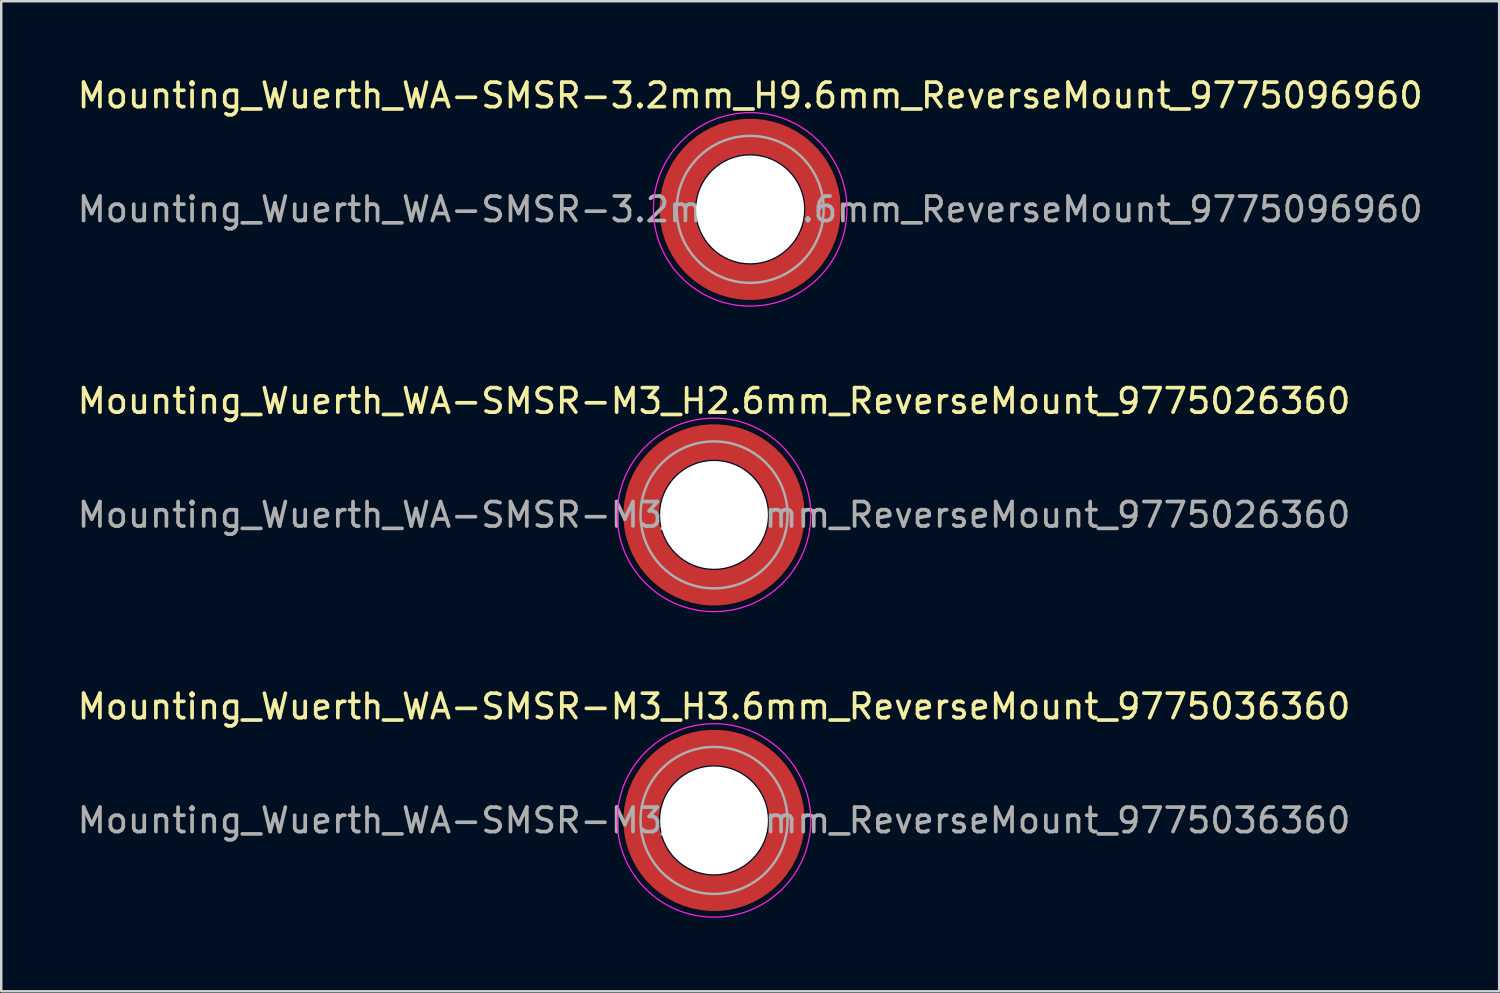
<source format=kicad_pcb>
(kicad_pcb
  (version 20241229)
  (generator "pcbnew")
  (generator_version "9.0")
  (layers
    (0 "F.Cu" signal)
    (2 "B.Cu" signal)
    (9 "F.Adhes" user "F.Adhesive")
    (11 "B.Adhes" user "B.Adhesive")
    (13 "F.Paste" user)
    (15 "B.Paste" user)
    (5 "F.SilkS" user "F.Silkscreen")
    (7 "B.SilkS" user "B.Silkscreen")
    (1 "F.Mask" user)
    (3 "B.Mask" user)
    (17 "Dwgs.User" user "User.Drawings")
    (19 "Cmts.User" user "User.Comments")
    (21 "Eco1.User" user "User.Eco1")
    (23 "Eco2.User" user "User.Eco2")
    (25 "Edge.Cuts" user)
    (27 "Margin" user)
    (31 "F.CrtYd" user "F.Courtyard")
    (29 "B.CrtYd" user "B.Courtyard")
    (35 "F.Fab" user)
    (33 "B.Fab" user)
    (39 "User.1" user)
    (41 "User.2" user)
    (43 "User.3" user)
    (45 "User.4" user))
  (footprint "Mounting_Wuerth_WA-SMSR-M3_H3.6mm_ReverseMount_9775036360"
    (layer "F.Cu")
    (at 26.101 30.445)
    (property "Reference" "Mounting_Wuerth_WA-SMSR-M3_H3.6mm_ReverseMount_9775036360" (at 0 -4.65 0) (layer "F.SilkS") (effects (font (size 1 1) (thickness 0.15))))
    (attr smd allow_soldermask_bridges)
    (fp_circle (center 0 0) (end 3.95 0) (stroke (width 0.05) (type solid)) (fill no) (layer "F.CrtYd"))
    (fp_circle (center 0 0) (end 3 0) (stroke (width 0.1) (type solid)) (fill no) (layer "F.Fab"))
    (fp_text user "${REFERENCE}" (at 0 0 0) (layer "F.Fab") (effects (font (size 1 1) (thickness 0.15))))
    (pad "" smd custom (at -2.095 -2.095) (size 0.672 0.672) (layers "F.Paste") (options (anchor circle)) (primitives (gr_arc (start -0.24231 1.594804) (mid 0.404819 0.404819) (end 1.594804 -0.24231) (width 0.2)) (gr_arc (start -0.3398 1.594804) (mid 0.337349 0.337349) (end 1.594804 -0.3398) (width 0.2)) (gr_arc (start -0.437132 1.594804) (mid 0.269879 0.269879) (end 1.594804 -0.437132) (width 0.2)) (gr_arc (start -0.534324 1.594804) (mid 0.202409 0.202409) (end 1.594804 -0.534324) (width 0.2)) (gr_arc (start -0.631391 1.594804) (mid 0.13494 0.13494) (end 1.594804 -0.631391) (width 0.2)) (gr_arc (start -0.728345 1.594804) (mid 0.06747 0.06747) (end 1.594804 -0.728345) (width 0.2)) (gr_arc (start -0.825197 1.594804) (mid 0 0) (end 1.594804 -0.825197) (width 0.2)) (gr_arc (start -0.921958 1.594804) (mid -0.06747 -0.06747) (end 1.594804 -0.921958) (width 0.2)) (gr_arc (start -1.018637 1.594804) (mid -0.13494 -0.13494) (end 1.594804 -1.018637) (width 0.2)) (gr_arc (start -1.115239 1.594804) (mid -0.202409 -0.202409) (end 1.594804 -1.115239) (width 0.2)) (gr_arc (start -1.211773 1.594804) (mid -0.269879 -0.269879) (end 1.594804 -1.211773) (width 0.2)) (gr_arc (start -1.308244 1.594804) (mid -0.337349 -0.337349) (end 1.594804 -1.308244) (width 0.2)) (gr_arc (start -1.404657 1.594804) (mid -0.404819 -0.404819) (end 1.594804 -1.404657) (width 0.2)) (gr_arc (start -1.404657 1.594804) (mid -0.404819 -0.404819) (end 1.594804 -1.404657) (width 0.2)) (gr_line (start 1.595 -0.242) (end 1.595 -1.405) (width 0.2)) (gr_line (start -0.242 1.595) (end -1.405 1.595) (width 0.2))))
    (pad "" smd custom (at -2.095 2.095) (size 0.672 0.672) (layers "F.Paste") (options (anchor circle)) (primitives (gr_arc (start 1.594804 0.24231) (mid 0.404819 -0.404819) (end -0.24231 -1.594804) (width 0.2)) (gr_arc (start 1.594804 0.3398) (mid 0.337349 -0.337349) (end -0.3398 -1.594804) (width 0.2)) (gr_arc (start 1.594804 0.437132) (mid 0.269879 -0.269879) (end -0.437132 -1.594804) (width 0.2)) (gr_arc (start 1.594804 0.534324) (mid 0.202409 -0.202409) (end -0.534324 -1.594804) (width 0.2)) (gr_arc (start 1.594804 0.631391) (mid 0.13494 -0.13494) (end -0.631391 -1.594804) (width 0.2)) (gr_arc (start 1.594804 0.728345) (mid 0.06747 -0.06747) (end -0.728345 -1.594804) (width 0.2)) (gr_arc (start 1.594804 0.825197) (mid 0 0) (end -0.825197 -1.594804) (width 0.2)) (gr_arc (start 1.594804 0.921958) (mid -0.06747 0.06747) (end -0.921958 -1.594804) (width 0.2)) (gr_arc (start 1.594804 1.018637) (mid -0.13494 0.13494) (end -1.018637 -1.594804) (width 0.2)) (gr_arc (start 1.594804 1.115239) (mid -0.202409 0.202409) (end -1.115239 -1.594804) (width 0.2)) (gr_arc (start 1.594804 1.211773) (mid -0.269879 0.269879) (end -1.211773 -1.594804) (width 0.2)) (gr_arc (start 1.594804 1.308244) (mid -0.337349 0.337349) (end -1.308244 -1.594804) (width 0.2)) (gr_arc (start 1.594804 1.404657) (mid -0.404819 0.404819) (end -1.404657 -1.594804) (width 0.2)) (gr_arc (start 1.594804 1.404657) (mid -0.404819 0.404819) (end -1.404657 -1.594804) (width 0.2)) (gr_line (start -0.242 -1.595) (end -1.405 -1.595) (width 0.2)) (gr_line (start 1.595 0.242) (end 1.595 1.405) (width 0.2))))
    (pad "" np_thru_hole circle (at 0 0) (size 4.4 4.4) (drill 4.4) (layers "*.Cu" "*.Mask"))
    (pad "" smd custom (at 2.095 -2.095) (size 0.672 0.672) (layers "F.Paste") (options (anchor circle)) (primitives (gr_arc (start -1.594804 -0.24231) (mid -0.404819 0.404819) (end 0.24231 1.594804) (width 0.2)) (gr_arc (start -1.594804 -0.3398) (mid -0.337349 0.337349) (end 0.3398 1.594804) (width 0.2)) (gr_arc (start -1.594804 -0.437132) (mid -0.269879 0.269879) (end 0.437132 1.594804) (width 0.2)) (gr_arc (start -1.594804 -0.534324) (mid -0.202409 0.202409) (end 0.534324 1.594804) (width 0.2)) (gr_arc (start -1.594804 -0.631391) (mid -0.13494 0.13494) (end 0.631391 1.594804) (width 0.2)) (gr_arc (start -1.594804 -0.728345) (mid -0.06747 0.06747) (end 0.728345 1.594804) (width 0.2)) (gr_arc (start -1.594804 -0.825197) (mid 0 0) (end 0.825197 1.594804) (width 0.2)) (gr_arc (start -1.594804 -0.921958) (mid 0.06747 -0.06747) (end 0.921958 1.594804) (width 0.2)) (gr_arc (start -1.594804 -1.018637) (mid 0.13494 -0.13494) (end 1.018637 1.594804) (width 0.2)) (gr_arc (start -1.594804 -1.115239) (mid 0.202409 -0.202409) (end 1.115239 1.594804) (width 0.2)) (gr_arc (start -1.594804 -1.211773) (mid 0.269879 -0.269879) (end 1.211773 1.594804) (width 0.2)) (gr_arc (start -1.594804 -1.308244) (mid 0.337349 -0.337349) (end 1.308244 1.594804) (width 0.2)) (gr_arc (start -1.594804 -1.404657) (mid 0.404819 -0.404819) (end 1.404657 1.594804) (width 0.2)) (gr_arc (start -1.594804 -1.404657) (mid 0.404819 -0.404819) (end 1.404657 1.594804) (width 0.2)) (gr_line (start 0.242 1.595) (end 1.405 1.595) (width 0.2)) (gr_line (start -1.595 -0.242) (end -1.595 -1.405) (width 0.2))))
    (pad "" smd custom (at 2.095 2.095) (size 0.672 0.672) (layers "F.Paste") (options (anchor circle)) (primitives (gr_arc (start 0.24231 -1.594804) (mid -0.404819 -0.404819) (end -1.594804 0.24231) (width 0.2)) (gr_arc (start 0.3398 -1.594804) (mid -0.337349 -0.337349) (end -1.594804 0.3398) (width 0.2)) (gr_arc (start 0.437132 -1.594804) (mid -0.269879 -0.269879) (end -1.594804 0.437132) (width 0.2)) (gr_arc (start 0.534324 -1.594804) (mid -0.202409 -0.202409) (end -1.594804 0.534324) (width 0.2)) (gr_arc (start 0.631391 -1.594804) (mid -0.13494 -0.13494) (end -1.594804 0.631391) (width 0.2)) (gr_arc (start 0.728345 -1.594804) (mid -0.06747 -0.06747) (end -1.594804 0.728345) (width 0.2)) (gr_arc (start 0.825197 -1.594804) (mid 0 0) (end -1.594804 0.825197) (width 0.2)) (gr_arc (start 0.921958 -1.594804) (mid 0.06747 0.06747) (end -1.594804 0.921958) (width 0.2)) (gr_arc (start 1.018637 -1.594804) (mid 0.13494 0.13494) (end -1.594804 1.018637) (width 0.2)) (gr_arc (start 1.115239 -1.594804) (mid 0.202409 0.202409) (end -1.594804 1.115239) (width 0.2)) (gr_arc (start 1.211773 -1.594804) (mid 0.269879 0.269879) (end -1.594804 1.211773) (width 0.2)) (gr_arc (start 1.308244 -1.594804) (mid 0.337349 0.337349) (end -1.594804 1.308244) (width 0.2)) (gr_arc (start 1.404657 -1.594804) (mid 0.404819 0.404819) (end -1.594804 1.404657) (width 0.2)) (gr_arc (start 1.404657 -1.594804) (mid 0.404819 0.404819) (end -1.594804 1.404657) (width 0.2)) (gr_line (start -1.595 0.242) (end -1.595 1.405) (width 0.2)) (gr_line (start 0.242 -1.595) (end 1.405 -1.595) (width 0.2))))
    (pad "1" smd circle (at -2.975 0) (size 0.942 0.942) (layers "F.Cu"))
    (pad "1" smd circle (at 0 -2.975) (size 0.942 0.942) (layers "F.Cu"))
    (pad "1" smd circle (at 0 2.975) (size 0.942 0.942) (layers "F.Cu"))
    (pad "1" smd custom (at 2.975 0) (size 1.45 1.45) (layers "F.Cu" "F.Mask") (options (anchor circle)) (primitives (gr_circle (center -2.975 0) (end 0 0) (width 1.45) (fill no)))))
  (footprint "Mounting_Wuerth_WA-SMSR-3.2mm_H9.6mm_ReverseMount_9775096960"
    (layer "F.Cu")
    (at 27.577 5.498)
    (property "Reference" "Mounting_Wuerth_WA-SMSR-3.2mm_H9.6mm_ReverseMount_9775096960" (at 0 -4.65 0) (layer "F.SilkS") (effects (font (size 1 1) (thickness 0.15))))
    (attr smd allow_soldermask_bridges)
    (fp_circle (center 0 0) (end 3.95 0) (stroke (width 0.05) (type solid)) (fill no) (layer "F.CrtYd"))
    (fp_circle (center 0 0) (end 3 0) (stroke (width 0.1) (type solid)) (fill no) (layer "F.Fab"))
    (fp_text user "${REFERENCE}" (at 0 0 0) (layer "F.Fab") (effects (font (size 1 1) (thickness 0.15))))
    (pad "" smd custom (at -2.095 -2.095) (size 0.672 0.672) (layers "F.Paste") (options (anchor circle)) (primitives (gr_arc (start -0.24231 1.594804) (mid 0.404819 0.404819) (end 1.594804 -0.24231) (width 0.2)) (gr_arc (start -0.3398 1.594804) (mid 0.337349 0.337349) (end 1.594804 -0.3398) (width 0.2)) (gr_arc (start -0.437132 1.594804) (mid 0.269879 0.269879) (end 1.594804 -0.437132) (width 0.2)) (gr_arc (start -0.534324 1.594804) (mid 0.202409 0.202409) (end 1.594804 -0.534324) (width 0.2)) (gr_arc (start -0.631391 1.594804) (mid 0.13494 0.13494) (end 1.594804 -0.631391) (width 0.2)) (gr_arc (start -0.728345 1.594804) (mid 0.06747 0.06747) (end 1.594804 -0.728345) (width 0.2)) (gr_arc (start -0.825197 1.594804) (mid 0 0) (end 1.594804 -0.825197) (width 0.2)) (gr_arc (start -0.921958 1.594804) (mid -0.06747 -0.06747) (end 1.594804 -0.921958) (width 0.2)) (gr_arc (start -1.018637 1.594804) (mid -0.13494 -0.13494) (end 1.594804 -1.018637) (width 0.2)) (gr_arc (start -1.115239 1.594804) (mid -0.202409 -0.202409) (end 1.594804 -1.115239) (width 0.2)) (gr_arc (start -1.211773 1.594804) (mid -0.269879 -0.269879) (end 1.594804 -1.211773) (width 0.2)) (gr_arc (start -1.308244 1.594804) (mid -0.337349 -0.337349) (end 1.594804 -1.308244) (width 0.2)) (gr_arc (start -1.404657 1.594804) (mid -0.404819 -0.404819) (end 1.594804 -1.404657) (width 0.2)) (gr_arc (start -1.404657 1.594804) (mid -0.404819 -0.404819) (end 1.594804 -1.404657) (width 0.2)) (gr_line (start 1.595 -0.242) (end 1.595 -1.405) (width 0.2)) (gr_line (start -0.242 1.595) (end -1.405 1.595) (width 0.2))))
    (pad "" smd custom (at -2.095 2.095) (size 0.672 0.672) (layers "F.Paste") (options (anchor circle)) (primitives (gr_arc (start 1.594804 0.24231) (mid 0.404819 -0.404819) (end -0.24231 -1.594804) (width 0.2)) (gr_arc (start 1.594804 0.3398) (mid 0.337349 -0.337349) (end -0.3398 -1.594804) (width 0.2)) (gr_arc (start 1.594804 0.437132) (mid 0.269879 -0.269879) (end -0.437132 -1.594804) (width 0.2)) (gr_arc (start 1.594804 0.534324) (mid 0.202409 -0.202409) (end -0.534324 -1.594804) (width 0.2)) (gr_arc (start 1.594804 0.631391) (mid 0.13494 -0.13494) (end -0.631391 -1.594804) (width 0.2)) (gr_arc (start 1.594804 0.728345) (mid 0.06747 -0.06747) (end -0.728345 -1.594804) (width 0.2)) (gr_arc (start 1.594804 0.825197) (mid 0 0) (end -0.825197 -1.594804) (width 0.2)) (gr_arc (start 1.594804 0.921958) (mid -0.06747 0.06747) (end -0.921958 -1.594804) (width 0.2)) (gr_arc (start 1.594804 1.018637) (mid -0.13494 0.13494) (end -1.018637 -1.594804) (width 0.2)) (gr_arc (start 1.594804 1.115239) (mid -0.202409 0.202409) (end -1.115239 -1.594804) (width 0.2)) (gr_arc (start 1.594804 1.211773) (mid -0.269879 0.269879) (end -1.211773 -1.594804) (width 0.2)) (gr_arc (start 1.594804 1.308244) (mid -0.337349 0.337349) (end -1.308244 -1.594804) (width 0.2)) (gr_arc (start 1.594804 1.404657) (mid -0.404819 0.404819) (end -1.404657 -1.594804) (width 0.2)) (gr_arc (start 1.594804 1.404657) (mid -0.404819 0.404819) (end -1.404657 -1.594804) (width 0.2)) (gr_line (start -0.242 -1.595) (end -1.405 -1.595) (width 0.2)) (gr_line (start 1.595 0.242) (end 1.595 1.405) (width 0.2))))
    (pad "" np_thru_hole circle (at 0 0) (size 4.4 4.4) (drill 4.4) (layers "*.Cu" "*.Mask"))
    (pad "" smd custom (at 2.095 -2.095) (size 0.672 0.672) (layers "F.Paste") (options (anchor circle)) (primitives (gr_arc (start -1.594804 -0.24231) (mid -0.404819 0.404819) (end 0.24231 1.594804) (width 0.2)) (gr_arc (start -1.594804 -0.3398) (mid -0.337349 0.337349) (end 0.3398 1.594804) (width 0.2)) (gr_arc (start -1.594804 -0.437132) (mid -0.269879 0.269879) (end 0.437132 1.594804) (width 0.2)) (gr_arc (start -1.594804 -0.534324) (mid -0.202409 0.202409) (end 0.534324 1.594804) (width 0.2)) (gr_arc (start -1.594804 -0.631391) (mid -0.13494 0.13494) (end 0.631391 1.594804) (width 0.2)) (gr_arc (start -1.594804 -0.728345) (mid -0.06747 0.06747) (end 0.728345 1.594804) (width 0.2)) (gr_arc (start -1.594804 -0.825197) (mid 0 0) (end 0.825197 1.594804) (width 0.2)) (gr_arc (start -1.594804 -0.921958) (mid 0.06747 -0.06747) (end 0.921958 1.594804) (width 0.2)) (gr_arc (start -1.594804 -1.018637) (mid 0.13494 -0.13494) (end 1.018637 1.594804) (width 0.2)) (gr_arc (start -1.594804 -1.115239) (mid 0.202409 -0.202409) (end 1.115239 1.594804) (width 0.2)) (gr_arc (start -1.594804 -1.211773) (mid 0.269879 -0.269879) (end 1.211773 1.594804) (width 0.2)) (gr_arc (start -1.594804 -1.308244) (mid 0.337349 -0.337349) (end 1.308244 1.594804) (width 0.2)) (gr_arc (start -1.594804 -1.404657) (mid 0.404819 -0.404819) (end 1.404657 1.594804) (width 0.2)) (gr_arc (start -1.594804 -1.404657) (mid 0.404819 -0.404819) (end 1.404657 1.594804) (width 0.2)) (gr_line (start 0.242 1.595) (end 1.405 1.595) (width 0.2)) (gr_line (start -1.595 -0.242) (end -1.595 -1.405) (width 0.2))))
    (pad "" smd custom (at 2.095 2.095) (size 0.672 0.672) (layers "F.Paste") (options (anchor circle)) (primitives (gr_arc (start 0.24231 -1.594804) (mid -0.404819 -0.404819) (end -1.594804 0.24231) (width 0.2)) (gr_arc (start 0.3398 -1.594804) (mid -0.337349 -0.337349) (end -1.594804 0.3398) (width 0.2)) (gr_arc (start 0.437132 -1.594804) (mid -0.269879 -0.269879) (end -1.594804 0.437132) (width 0.2)) (gr_arc (start 0.534324 -1.594804) (mid -0.202409 -0.202409) (end -1.594804 0.534324) (width 0.2)) (gr_arc (start 0.631391 -1.594804) (mid -0.13494 -0.13494) (end -1.594804 0.631391) (width 0.2)) (gr_arc (start 0.728345 -1.594804) (mid -0.06747 -0.06747) (end -1.594804 0.728345) (width 0.2)) (gr_arc (start 0.825197 -1.594804) (mid 0 0) (end -1.594804 0.825197) (width 0.2)) (gr_arc (start 0.921958 -1.594804) (mid 0.06747 0.06747) (end -1.594804 0.921958) (width 0.2)) (gr_arc (start 1.018637 -1.594804) (mid 0.13494 0.13494) (end -1.594804 1.018637) (width 0.2)) (gr_arc (start 1.115239 -1.594804) (mid 0.202409 0.202409) (end -1.594804 1.115239) (width 0.2)) (gr_arc (start 1.211773 -1.594804) (mid 0.269879 0.269879) (end -1.594804 1.211773) (width 0.2)) (gr_arc (start 1.308244 -1.594804) (mid 0.337349 0.337349) (end -1.594804 1.308244) (width 0.2)) (gr_arc (start 1.404657 -1.594804) (mid 0.404819 0.404819) (end -1.594804 1.404657) (width 0.2)) (gr_arc (start 1.404657 -1.594804) (mid 0.404819 0.404819) (end -1.594804 1.404657) (width 0.2)) (gr_line (start -1.595 0.242) (end -1.595 1.405) (width 0.2)) (gr_line (start 0.242 -1.595) (end 1.405 -1.595) (width 0.2))))
    (pad "1" smd circle (at -2.975 0) (size 0.942 0.942) (layers "F.Cu"))
    (pad "1" smd circle (at 0 -2.975) (size 0.942 0.942) (layers "F.Cu"))
    (pad "1" smd circle (at 0 2.975) (size 0.942 0.942) (layers "F.Cu"))
    (pad "1" smd custom (at 2.975 0) (size 1.45 1.45) (layers "F.Cu" "F.Mask") (options (anchor circle)) (primitives (gr_circle (center -2.975 0) (end 0 0) (width 1.45) (fill no)))))
  (footprint "Mounting_Wuerth_WA-SMSR-M3_H2.6mm_ReverseMount_9775026360"
    (layer "F.Cu")
    (at 26.101 17.971)
    (property "Reference" "Mounting_Wuerth_WA-SMSR-M3_H2.6mm_ReverseMount_9775026360" (at 0 -4.65 0) (layer "F.SilkS") (effects (font (size 1 1) (thickness 0.15))))
    (attr smd allow_soldermask_bridges)
    (fp_circle (center 0 0) (end 3.95 0) (stroke (width 0.05) (type solid)) (fill no) (layer "F.CrtYd"))
    (fp_circle (center 0 0) (end 3 0) (stroke (width 0.1) (type solid)) (fill no) (layer "F.Fab"))
    (fp_text user "${REFERENCE}" (at 0 0 0) (layer "F.Fab") (effects (font (size 1 1) (thickness 0.15))))
    (pad "" smd custom (at -2.095 -2.095) (size 0.672 0.672) (layers "F.Paste") (options (anchor circle)) (primitives (gr_arc (start -0.24231 1.594804) (mid 0.404819 0.404819) (end 1.594804 -0.24231) (width 0.2)) (gr_arc (start -0.3398 1.594804) (mid 0.337349 0.337349) (end 1.594804 -0.3398) (width 0.2)) (gr_arc (start -0.437132 1.594804) (mid 0.269879 0.269879) (end 1.594804 -0.437132) (width 0.2)) (gr_arc (start -0.534324 1.594804) (mid 0.202409 0.202409) (end 1.594804 -0.534324) (width 0.2)) (gr_arc (start -0.631391 1.594804) (mid 0.13494 0.13494) (end 1.594804 -0.631391) (width 0.2)) (gr_arc (start -0.728345 1.594804) (mid 0.06747 0.06747) (end 1.594804 -0.728345) (width 0.2)) (gr_arc (start -0.825197 1.594804) (mid 0 0) (end 1.594804 -0.825197) (width 0.2)) (gr_arc (start -0.921958 1.594804) (mid -0.06747 -0.06747) (end 1.594804 -0.921958) (width 0.2)) (gr_arc (start -1.018637 1.594804) (mid -0.13494 -0.13494) (end 1.594804 -1.018637) (width 0.2)) (gr_arc (start -1.115239 1.594804) (mid -0.202409 -0.202409) (end 1.594804 -1.115239) (width 0.2)) (gr_arc (start -1.211773 1.594804) (mid -0.269879 -0.269879) (end 1.594804 -1.211773) (width 0.2)) (gr_arc (start -1.308244 1.594804) (mid -0.337349 -0.337349) (end 1.594804 -1.308244) (width 0.2)) (gr_arc (start -1.404657 1.594804) (mid -0.404819 -0.404819) (end 1.594804 -1.404657) (width 0.2)) (gr_arc (start -1.404657 1.594804) (mid -0.404819 -0.404819) (end 1.594804 -1.404657) (width 0.2)) (gr_line (start 1.595 -0.242) (end 1.595 -1.405) (width 0.2)) (gr_line (start -0.242 1.595) (end -1.405 1.595) (width 0.2))))
    (pad "" smd custom (at -2.095 2.095) (size 0.672 0.672) (layers "F.Paste") (options (anchor circle)) (primitives (gr_arc (start 1.594804 0.24231) (mid 0.404819 -0.404819) (end -0.24231 -1.594804) (width 0.2)) (gr_arc (start 1.594804 0.3398) (mid 0.337349 -0.337349) (end -0.3398 -1.594804) (width 0.2)) (gr_arc (start 1.594804 0.437132) (mid 0.269879 -0.269879) (end -0.437132 -1.594804) (width 0.2)) (gr_arc (start 1.594804 0.534324) (mid 0.202409 -0.202409) (end -0.534324 -1.594804) (width 0.2)) (gr_arc (start 1.594804 0.631391) (mid 0.13494 -0.13494) (end -0.631391 -1.594804) (width 0.2)) (gr_arc (start 1.594804 0.728345) (mid 0.06747 -0.06747) (end -0.728345 -1.594804) (width 0.2)) (gr_arc (start 1.594804 0.825197) (mid 0 0) (end -0.825197 -1.594804) (width 0.2)) (gr_arc (start 1.594804 0.921958) (mid -0.06747 0.06747) (end -0.921958 -1.594804) (width 0.2)) (gr_arc (start 1.594804 1.018637) (mid -0.13494 0.13494) (end -1.018637 -1.594804) (width 0.2)) (gr_arc (start 1.594804 1.115239) (mid -0.202409 0.202409) (end -1.115239 -1.594804) (width 0.2)) (gr_arc (start 1.594804 1.211773) (mid -0.269879 0.269879) (end -1.211773 -1.594804) (width 0.2)) (gr_arc (start 1.594804 1.308244) (mid -0.337349 0.337349) (end -1.308244 -1.594804) (width 0.2)) (gr_arc (start 1.594804 1.404657) (mid -0.404819 0.404819) (end -1.404657 -1.594804) (width 0.2)) (gr_arc (start 1.594804 1.404657) (mid -0.404819 0.404819) (end -1.404657 -1.594804) (width 0.2)) (gr_line (start -0.242 -1.595) (end -1.405 -1.595) (width 0.2)) (gr_line (start 1.595 0.242) (end 1.595 1.405) (width 0.2))))
    (pad "" np_thru_hole circle (at 0 0) (size 4.4 4.4) (drill 4.4) (layers "*.Cu" "*.Mask"))
    (pad "" smd custom (at 2.095 -2.095) (size 0.672 0.672) (layers "F.Paste") (options (anchor circle)) (primitives (gr_arc (start -1.594804 -0.24231) (mid -0.404819 0.404819) (end 0.24231 1.594804) (width 0.2)) (gr_arc (start -1.594804 -0.3398) (mid -0.337349 0.337349) (end 0.3398 1.594804) (width 0.2)) (gr_arc (start -1.594804 -0.437132) (mid -0.269879 0.269879) (end 0.437132 1.594804) (width 0.2)) (gr_arc (start -1.594804 -0.534324) (mid -0.202409 0.202409) (end 0.534324 1.594804) (width 0.2)) (gr_arc (start -1.594804 -0.631391) (mid -0.13494 0.13494) (end 0.631391 1.594804) (width 0.2)) (gr_arc (start -1.594804 -0.728345) (mid -0.06747 0.06747) (end 0.728345 1.594804) (width 0.2)) (gr_arc (start -1.594804 -0.825197) (mid 0 0) (end 0.825197 1.594804) (width 0.2)) (gr_arc (start -1.594804 -0.921958) (mid 0.06747 -0.06747) (end 0.921958 1.594804) (width 0.2)) (gr_arc (start -1.594804 -1.018637) (mid 0.13494 -0.13494) (end 1.018637 1.594804) (width 0.2)) (gr_arc (start -1.594804 -1.115239) (mid 0.202409 -0.202409) (end 1.115239 1.594804) (width 0.2)) (gr_arc (start -1.594804 -1.211773) (mid 0.269879 -0.269879) (end 1.211773 1.594804) (width 0.2)) (gr_arc (start -1.594804 -1.308244) (mid 0.337349 -0.337349) (end 1.308244 1.594804) (width 0.2)) (gr_arc (start -1.594804 -1.404657) (mid 0.404819 -0.404819) (end 1.404657 1.594804) (width 0.2)) (gr_arc (start -1.594804 -1.404657) (mid 0.404819 -0.404819) (end 1.404657 1.594804) (width 0.2)) (gr_line (start 0.242 1.595) (end 1.405 1.595) (width 0.2)) (gr_line (start -1.595 -0.242) (end -1.595 -1.405) (width 0.2))))
    (pad "" smd custom (at 2.095 2.095) (size 0.672 0.672) (layers "F.Paste") (options (anchor circle)) (primitives (gr_arc (start 0.24231 -1.594804) (mid -0.404819 -0.404819) (end -1.594804 0.24231) (width 0.2)) (gr_arc (start 0.3398 -1.594804) (mid -0.337349 -0.337349) (end -1.594804 0.3398) (width 0.2)) (gr_arc (start 0.437132 -1.594804) (mid -0.269879 -0.269879) (end -1.594804 0.437132) (width 0.2)) (gr_arc (start 0.534324 -1.594804) (mid -0.202409 -0.202409) (end -1.594804 0.534324) (width 0.2)) (gr_arc (start 0.631391 -1.594804) (mid -0.13494 -0.13494) (end -1.594804 0.631391) (width 0.2)) (gr_arc (start 0.728345 -1.594804) (mid -0.06747 -0.06747) (end -1.594804 0.728345) (width 0.2)) (gr_arc (start 0.825197 -1.594804) (mid 0 0) (end -1.594804 0.825197) (width 0.2)) (gr_arc (start 0.921958 -1.594804) (mid 0.06747 0.06747) (end -1.594804 0.921958) (width 0.2)) (gr_arc (start 1.018637 -1.594804) (mid 0.13494 0.13494) (end -1.594804 1.018637) (width 0.2)) (gr_arc (start 1.115239 -1.594804) (mid 0.202409 0.202409) (end -1.594804 1.115239) (width 0.2)) (gr_arc (start 1.211773 -1.594804) (mid 0.269879 0.269879) (end -1.594804 1.211773) (width 0.2)) (gr_arc (start 1.308244 -1.594804) (mid 0.337349 0.337349) (end -1.594804 1.308244) (width 0.2)) (gr_arc (start 1.404657 -1.594804) (mid 0.404819 0.404819) (end -1.594804 1.404657) (width 0.2)) (gr_arc (start 1.404657 -1.594804) (mid 0.404819 0.404819) (end -1.594804 1.404657) (width 0.2)) (gr_line (start -1.595 0.242) (end -1.595 1.405) (width 0.2)) (gr_line (start 0.242 -1.595) (end 1.405 -1.595) (width 0.2))))
    (pad "1" smd circle (at -2.975 0) (size 0.942 0.942) (layers "F.Cu"))
    (pad "1" smd circle (at 0 -2.975) (size 0.942 0.942) (layers "F.Cu"))
    (pad "1" smd circle (at 0 2.975) (size 0.942 0.942) (layers "F.Cu"))
    (pad "1" smd custom (at 2.975 0) (size 1.45 1.45) (layers "F.Cu" "F.Mask") (options (anchor circle)) (primitives (gr_circle (center -2.975 0) (end 0 0) (width 1.45) (fill no)))))
  (gr_rect
    (start -3 -3)
    (end 58.155 37.42)
    (stroke (width 0.1) (type default))
    (fill no)
    (layer "Edge.Cuts")))
</source>
